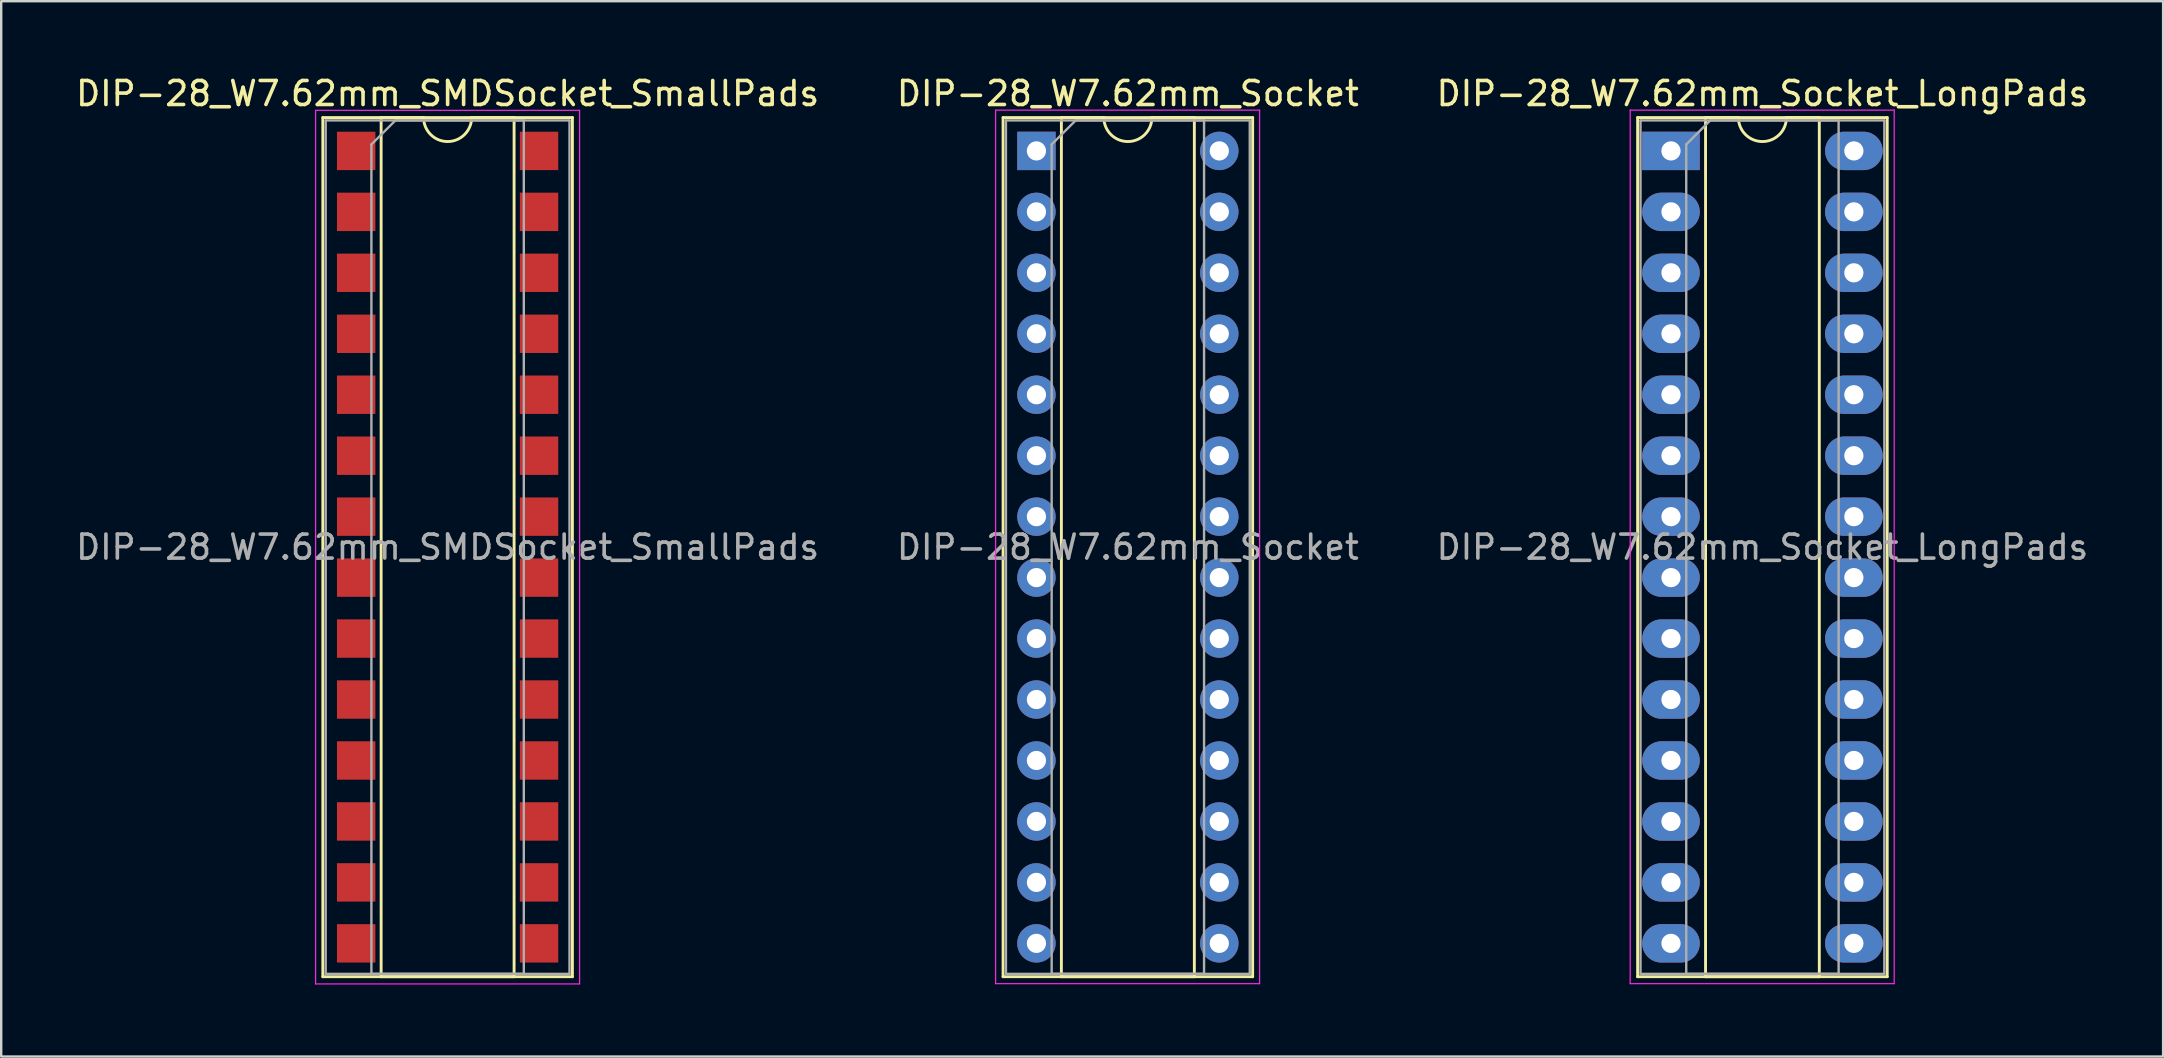
<source format=kicad_pcb>
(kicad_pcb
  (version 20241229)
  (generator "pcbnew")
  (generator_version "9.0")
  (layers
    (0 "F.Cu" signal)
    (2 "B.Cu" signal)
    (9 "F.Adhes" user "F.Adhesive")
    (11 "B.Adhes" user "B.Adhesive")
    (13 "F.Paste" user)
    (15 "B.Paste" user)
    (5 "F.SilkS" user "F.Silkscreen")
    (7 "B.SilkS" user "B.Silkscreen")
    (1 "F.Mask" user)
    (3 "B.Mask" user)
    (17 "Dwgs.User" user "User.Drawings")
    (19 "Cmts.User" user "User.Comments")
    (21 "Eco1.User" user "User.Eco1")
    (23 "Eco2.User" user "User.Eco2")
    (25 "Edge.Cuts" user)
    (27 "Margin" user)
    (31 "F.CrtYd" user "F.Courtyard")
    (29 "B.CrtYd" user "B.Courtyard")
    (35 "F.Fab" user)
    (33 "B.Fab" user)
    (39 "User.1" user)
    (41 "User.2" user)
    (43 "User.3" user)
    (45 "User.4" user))
  (footprint "DIP-28_W7.62mm_SMDSocket_SmallPads"
    (layer "F.Cu")
    (at 15.601 19.748)
    (property "Reference" "DIP-28_W7.62mm_SMDSocket_SmallPads" (at 0 -18.9 0) (layer "F.SilkS") (effects (font (size 1 1) (thickness 0.15))))
    (attr smd)
    (fp_line (start -5.2 -17.9) (end -5.2 17.9) (stroke (width 0.12) (type solid)) (layer "F.SilkS"))
    (fp_line (start -5.2 17.9) (end 5.2 17.9) (stroke (width 0.12) (type solid)) (layer "F.SilkS"))
    (fp_line (start -2.77 -17.9) (end -2.77 17.9) (stroke (width 0.12) (type solid)) (layer "F.SilkS"))
    (fp_line (start -2.77 17.9) (end 2.77 17.9) (stroke (width 0.12) (type solid)) (layer "F.SilkS"))
    (fp_line (start -1 -17.9) (end -2.77 -17.9) (stroke (width 0.12) (type solid)) (layer "F.SilkS"))
    (fp_line (start 2.77 -17.9) (end 1 -17.9) (stroke (width 0.12) (type solid)) (layer "F.SilkS"))
    (fp_line (start 2.77 17.9) (end 2.77 -17.9) (stroke (width 0.12) (type solid)) (layer "F.SilkS"))
    (fp_line (start 5.2 -17.9) (end -5.2 -17.9) (stroke (width 0.12) (type solid)) (layer "F.SilkS"))
    (fp_line (start 5.2 17.9) (end 5.2 -17.9) (stroke (width 0.12) (type solid)) (layer "F.SilkS"))
    (fp_arc (start 1 -17.9) (mid 0 -16.9) (end -1 -17.9) (stroke (width 0.12) (type solid)) (layer "F.SilkS"))
    (fp_line (start -5.5 -18.2) (end -5.5 18.2) (stroke (width 0.05) (type solid)) (layer "F.CrtYd"))
    (fp_line (start -5.5 18.2) (end 5.5 18.2) (stroke (width 0.05) (type solid)) (layer "F.CrtYd"))
    (fp_line (start 5.5 -18.2) (end -5.5 -18.2) (stroke (width 0.05) (type solid)) (layer "F.CrtYd"))
    (fp_line (start 5.5 18.2) (end 5.5 -18.2) (stroke (width 0.05) (type solid)) (layer "F.CrtYd"))
    (fp_line (start -5.08 -17.78) (end -5.08 17.78) (stroke (width 0.1) (type solid)) (layer "F.Fab"))
    (fp_line (start -5.08 17.78) (end 5.08 17.78) (stroke (width 0.1) (type solid)) (layer "F.Fab"))
    (fp_line (start -3.175 -16.78) (end -2.175 -17.78) (stroke (width 0.1) (type solid)) (layer "F.Fab"))
    (fp_line (start -3.175 17.78) (end -3.175 -16.78) (stroke (width 0.1) (type solid)) (layer "F.Fab"))
    (fp_line (start -2.175 -17.78) (end 3.175 -17.78) (stroke (width 0.1) (type solid)) (layer "F.Fab"))
    (fp_line (start 3.175 -17.78) (end 3.175 17.78) (stroke (width 0.1) (type solid)) (layer "F.Fab"))
    (fp_line (start 3.175 17.78) (end -3.175 17.78) (stroke (width 0.1) (type solid)) (layer "F.Fab"))
    (fp_line (start 5.08 -17.78) (end -5.08 -17.78) (stroke (width 0.1) (type solid)) (layer "F.Fab"))
    (fp_line (start 5.08 17.78) (end 5.08 -17.78) (stroke (width 0.1) (type solid)) (layer "F.Fab"))
    (fp_text user "${REFERENCE}" (at 0 0 0) (layer "F.Fab") (effects (font (size 1 1) (thickness 0.15))))
    (pad "1" smd rect (at -3.81 -16.51) (size 1.6 1.6) (layers "F.Cu" "F.Mask" "F.Paste"))
    (pad "2" smd rect (at -3.81 -13.97) (size 1.6 1.6) (layers "F.Cu" "F.Mask" "F.Paste"))
    (pad "3" smd rect (at -3.81 -11.43) (size 1.6 1.6) (layers "F.Cu" "F.Mask" "F.Paste"))
    (pad "4" smd rect (at -3.81 -8.89) (size 1.6 1.6) (layers "F.Cu" "F.Mask" "F.Paste"))
    (pad "5" smd rect (at -3.81 -6.35) (size 1.6 1.6) (layers "F.Cu" "F.Mask" "F.Paste"))
    (pad "6" smd rect (at -3.81 -3.81) (size 1.6 1.6) (layers "F.Cu" "F.Mask" "F.Paste"))
    (pad "7" smd rect (at -3.81 -1.27) (size 1.6 1.6) (layers "F.Cu" "F.Mask" "F.Paste"))
    (pad "8" smd rect (at -3.81 1.27) (size 1.6 1.6) (layers "F.Cu" "F.Mask" "F.Paste"))
    (pad "9" smd rect (at -3.81 3.81) (size 1.6 1.6) (layers "F.Cu" "F.Mask" "F.Paste"))
    (pad "10" smd rect (at -3.81 6.35) (size 1.6 1.6) (layers "F.Cu" "F.Mask" "F.Paste"))
    (pad "11" smd rect (at -3.81 8.89) (size 1.6 1.6) (layers "F.Cu" "F.Mask" "F.Paste"))
    (pad "12" smd rect (at -3.81 11.43) (size 1.6 1.6) (layers "F.Cu" "F.Mask" "F.Paste"))
    (pad "13" smd rect (at -3.81 13.97) (size 1.6 1.6) (layers "F.Cu" "F.Mask" "F.Paste"))
    (pad "14" smd rect (at -3.81 16.51) (size 1.6 1.6) (layers "F.Cu" "F.Mask" "F.Paste"))
    (pad "15" smd rect (at 3.81 16.51) (size 1.6 1.6) (layers "F.Cu" "F.Mask" "F.Paste"))
    (pad "16" smd rect (at 3.81 13.97) (size 1.6 1.6) (layers "F.Cu" "F.Mask" "F.Paste"))
    (pad "17" smd rect (at 3.81 11.43) (size 1.6 1.6) (layers "F.Cu" "F.Mask" "F.Paste"))
    (pad "18" smd rect (at 3.81 8.89) (size 1.6 1.6) (layers "F.Cu" "F.Mask" "F.Paste"))
    (pad "19" smd rect (at 3.81 6.35) (size 1.6 1.6) (layers "F.Cu" "F.Mask" "F.Paste"))
    (pad "20" smd rect (at 3.81 3.81) (size 1.6 1.6) (layers "F.Cu" "F.Mask" "F.Paste"))
    (pad "21" smd rect (at 3.81 1.27) (size 1.6 1.6) (layers "F.Cu" "F.Mask" "F.Paste"))
    (pad "22" smd rect (at 3.81 -1.27) (size 1.6 1.6) (layers "F.Cu" "F.Mask" "F.Paste"))
    (pad "23" smd rect (at 3.81 -3.81) (size 1.6 1.6) (layers "F.Cu" "F.Mask" "F.Paste"))
    (pad "24" smd rect (at 3.81 -6.35) (size 1.6 1.6) (layers "F.Cu" "F.Mask" "F.Paste"))
    (pad "25" smd rect (at 3.81 -8.89) (size 1.6 1.6) (layers "F.Cu" "F.Mask" "F.Paste"))
    (pad "26" smd rect (at 3.81 -11.43) (size 1.6 1.6) (layers "F.Cu" "F.Mask" "F.Paste"))
    (pad "27" smd rect (at 3.81 -13.97) (size 1.6 1.6) (layers "F.Cu" "F.Mask" "F.Paste"))
    (pad "28" smd rect (at 3.81 -16.51) (size 1.6 1.6) (layers "F.Cu" "F.Mask" "F.Paste")))
  (footprint "DIP-28_W7.62mm_Socket_LongPads"
    (layer "F.Cu")
    (at 66.577 3.238)
    (property "Reference" "DIP-28_W7.62mm_Socket_LongPads" (at 3.81 -2.39 0) (layer "F.SilkS") (effects (font (size 1 1) (thickness 0.15))))
    (attr through_hole)
    (fp_line (start -1.39 -1.39) (end -1.39 34.41) (stroke (width 0.12) (type solid)) (layer "F.SilkS"))
    (fp_line (start -1.39 34.41) (end 9.01 34.41) (stroke (width 0.12) (type solid)) (layer "F.SilkS"))
    (fp_line (start 1.44 -1.39) (end 1.44 34.41) (stroke (width 0.12) (type solid)) (layer "F.SilkS"))
    (fp_line (start 1.44 34.41) (end 6.18 34.41) (stroke (width 0.12) (type solid)) (layer "F.SilkS"))
    (fp_line (start 2.81 -1.39) (end 1.44 -1.39) (stroke (width 0.12) (type solid)) (layer "F.SilkS"))
    (fp_line (start 6.18 -1.39) (end 4.81 -1.39) (stroke (width 0.12) (type solid)) (layer "F.SilkS"))
    (fp_line (start 6.18 34.41) (end 6.18 -1.39) (stroke (width 0.12) (type solid)) (layer "F.SilkS"))
    (fp_line (start 9.01 -1.39) (end -1.39 -1.39) (stroke (width 0.12) (type solid)) (layer "F.SilkS"))
    (fp_line (start 9.01 34.41) (end 9.01 -1.39) (stroke (width 0.12) (type solid)) (layer "F.SilkS"))
    (fp_arc (start 4.81 -1.39) (mid 3.81 -0.39) (end 2.81 -1.39) (stroke (width 0.12) (type solid)) (layer "F.SilkS"))
    (fp_line (start -1.7 -1.7) (end -1.7 34.7) (stroke (width 0.05) (type solid)) (layer "F.CrtYd"))
    (fp_line (start -1.7 34.7) (end 9.3 34.7) (stroke (width 0.05) (type solid)) (layer "F.CrtYd"))
    (fp_line (start 9.3 -1.7) (end -1.7 -1.7) (stroke (width 0.05) (type solid)) (layer "F.CrtYd"))
    (fp_line (start 9.3 34.7) (end 9.3 -1.7) (stroke (width 0.05) (type solid)) (layer "F.CrtYd"))
    (fp_line (start -1.27 -1.27) (end -1.27 34.29) (stroke (width 0.1) (type solid)) (layer "F.Fab"))
    (fp_line (start -1.27 34.29) (end 8.89 34.29) (stroke (width 0.1) (type solid)) (layer "F.Fab"))
    (fp_line (start 0.635 -0.27) (end 1.635 -1.27) (stroke (width 0.1) (type solid)) (layer "F.Fab"))
    (fp_line (start 0.635 34.29) (end 0.635 -0.27) (stroke (width 0.1) (type solid)) (layer "F.Fab"))
    (fp_line (start 1.635 -1.27) (end 6.985 -1.27) (stroke (width 0.1) (type solid)) (layer "F.Fab"))
    (fp_line (start 6.985 -1.27) (end 6.985 34.29) (stroke (width 0.1) (type solid)) (layer "F.Fab"))
    (fp_line (start 6.985 34.29) (end 0.635 34.29) (stroke (width 0.1) (type solid)) (layer "F.Fab"))
    (fp_line (start 8.89 -1.27) (end -1.27 -1.27) (stroke (width 0.1) (type solid)) (layer "F.Fab"))
    (fp_line (start 8.89 34.29) (end 8.89 -1.27) (stroke (width 0.1) (type solid)) (layer "F.Fab"))
    (fp_text user "${REFERENCE}" (at 3.81 16.51 0) (layer "F.Fab") (effects (font (size 1 1) (thickness 0.15))))
    (pad "1" thru_hole rect (at 0 0) (size 2.4 1.6) (drill 0.8) (layers "*.Cu" "*.Mask"))
    (pad "2" thru_hole oval (at 0 2.54) (size 2.4 1.6) (drill 0.8) (layers "*.Cu" "*.Mask"))
    (pad "3" thru_hole oval (at 0 5.08) (size 2.4 1.6) (drill 0.8) (layers "*.Cu" "*.Mask"))
    (pad "4" thru_hole oval (at 0 7.62) (size 2.4 1.6) (drill 0.8) (layers "*.Cu" "*.Mask"))
    (pad "5" thru_hole oval (at 0 10.16) (size 2.4 1.6) (drill 0.8) (layers "*.Cu" "*.Mask"))
    (pad "6" thru_hole oval (at 0 12.7) (size 2.4 1.6) (drill 0.8) (layers "*.Cu" "*.Mask"))
    (pad "7" thru_hole oval (at 0 15.24) (size 2.4 1.6) (drill 0.8) (layers "*.Cu" "*.Mask"))
    (pad "8" thru_hole oval (at 0 17.78) (size 2.4 1.6) (drill 0.8) (layers "*.Cu" "*.Mask"))
    (pad "9" thru_hole oval (at 0 20.32) (size 2.4 1.6) (drill 0.8) (layers "*.Cu" "*.Mask"))
    (pad "10" thru_hole oval (at 0 22.86) (size 2.4 1.6) (drill 0.8) (layers "*.Cu" "*.Mask"))
    (pad "11" thru_hole oval (at 0 25.4) (size 2.4 1.6) (drill 0.8) (layers "*.Cu" "*.Mask"))
    (pad "12" thru_hole oval (at 0 27.94) (size 2.4 1.6) (drill 0.8) (layers "*.Cu" "*.Mask"))
    (pad "13" thru_hole oval (at 0 30.48) (size 2.4 1.6) (drill 0.8) (layers "*.Cu" "*.Mask"))
    (pad "14" thru_hole oval (at 0 33.02) (size 2.4 1.6) (drill 0.8) (layers "*.Cu" "*.Mask"))
    (pad "15" thru_hole oval (at 7.62 33.02) (size 2.4 1.6) (drill 0.8) (layers "*.Cu" "*.Mask"))
    (pad "16" thru_hole oval (at 7.62 30.48) (size 2.4 1.6) (drill 0.8) (layers "*.Cu" "*.Mask"))
    (pad "17" thru_hole oval (at 7.62 27.94) (size 2.4 1.6) (drill 0.8) (layers "*.Cu" "*.Mask"))
    (pad "18" thru_hole oval (at 7.62 25.4) (size 2.4 1.6) (drill 0.8) (layers "*.Cu" "*.Mask"))
    (pad "19" thru_hole oval (at 7.62 22.86) (size 2.4 1.6) (drill 0.8) (layers "*.Cu" "*.Mask"))
    (pad "20" thru_hole oval (at 7.62 20.32) (size 2.4 1.6) (drill 0.8) (layers "*.Cu" "*.Mask"))
    (pad "21" thru_hole oval (at 7.62 17.78) (size 2.4 1.6) (drill 0.8) (layers "*.Cu" "*.Mask"))
    (pad "22" thru_hole oval (at 7.62 15.24) (size 2.4 1.6) (drill 0.8) (layers "*.Cu" "*.Mask"))
    (pad "23" thru_hole oval (at 7.62 12.7) (size 2.4 1.6) (drill 0.8) (layers "*.Cu" "*.Mask"))
    (pad "24" thru_hole oval (at 7.62 10.16) (size 2.4 1.6) (drill 0.8) (layers "*.Cu" "*.Mask"))
    (pad "25" thru_hole oval (at 7.62 7.62) (size 2.4 1.6) (drill 0.8) (layers "*.Cu" "*.Mask"))
    (pad "26" thru_hole oval (at 7.62 5.08) (size 2.4 1.6) (drill 0.8) (layers "*.Cu" "*.Mask"))
    (pad "27" thru_hole oval (at 7.62 2.54) (size 2.4 1.6) (drill 0.8) (layers "*.Cu" "*.Mask"))
    (pad "28" thru_hole oval (at 7.62 0) (size 2.4 1.6) (drill 0.8) (layers "*.Cu" "*.Mask")))
  (footprint "DIP-28_W7.62mm_Socket"
    (layer "F.Cu")
    (at 40.136 3.238)
    (property "Reference" "DIP-28_W7.62mm_Socket" (at 3.81 -2.39 0) (layer "F.SilkS") (effects (font (size 1 1) (thickness 0.15))))
    (attr through_hole)
    (fp_line (start -1.39 -1.39) (end -1.39 34.41) (stroke (width 0.12) (type solid)) (layer "F.SilkS"))
    (fp_line (start -1.39 34.41) (end 9.01 34.41) (stroke (width 0.12) (type solid)) (layer "F.SilkS"))
    (fp_line (start 1.04 -1.39) (end 1.04 34.41) (stroke (width 0.12) (type solid)) (layer "F.SilkS"))
    (fp_line (start 1.04 34.41) (end 6.58 34.41) (stroke (width 0.12) (type solid)) (layer "F.SilkS"))
    (fp_line (start 2.81 -1.39) (end 1.04 -1.39) (stroke (width 0.12) (type solid)) (layer "F.SilkS"))
    (fp_line (start 6.58 -1.39) (end 4.81 -1.39) (stroke (width 0.12) (type solid)) (layer "F.SilkS"))
    (fp_line (start 6.58 34.41) (end 6.58 -1.39) (stroke (width 0.12) (type solid)) (layer "F.SilkS"))
    (fp_line (start 9.01 -1.39) (end -1.39 -1.39) (stroke (width 0.12) (type solid)) (layer "F.SilkS"))
    (fp_line (start 9.01 34.41) (end 9.01 -1.39) (stroke (width 0.12) (type solid)) (layer "F.SilkS"))
    (fp_arc (start 4.81 -1.39) (mid 3.81 -0.39) (end 2.81 -1.39) (stroke (width 0.12) (type solid)) (layer "F.SilkS"))
    (fp_line (start -1.7 -1.7) (end -1.7 34.7) (stroke (width 0.05) (type solid)) (layer "F.CrtYd"))
    (fp_line (start -1.7 34.7) (end 9.3 34.7) (stroke (width 0.05) (type solid)) (layer "F.CrtYd"))
    (fp_line (start 9.3 -1.7) (end -1.7 -1.7) (stroke (width 0.05) (type solid)) (layer "F.CrtYd"))
    (fp_line (start 9.3 34.7) (end 9.3 -1.7) (stroke (width 0.05) (type solid)) (layer "F.CrtYd"))
    (fp_line (start -1.27 -1.27) (end -1.27 34.29) (stroke (width 0.1) (type solid)) (layer "F.Fab"))
    (fp_line (start -1.27 34.29) (end 8.89 34.29) (stroke (width 0.1) (type solid)) (layer "F.Fab"))
    (fp_line (start 0.635 -0.27) (end 1.635 -1.27) (stroke (width 0.1) (type solid)) (layer "F.Fab"))
    (fp_line (start 0.635 34.29) (end 0.635 -0.27) (stroke (width 0.1) (type solid)) (layer "F.Fab"))
    (fp_line (start 1.635 -1.27) (end 6.985 -1.27) (stroke (width 0.1) (type solid)) (layer "F.Fab"))
    (fp_line (start 6.985 -1.27) (end 6.985 34.29) (stroke (width 0.1) (type solid)) (layer "F.Fab"))
    (fp_line (start 6.985 34.29) (end 0.635 34.29) (stroke (width 0.1) (type solid)) (layer "F.Fab"))
    (fp_line (start 8.89 -1.27) (end -1.27 -1.27) (stroke (width 0.1) (type solid)) (layer "F.Fab"))
    (fp_line (start 8.89 34.29) (end 8.89 -1.27) (stroke (width 0.1) (type solid)) (layer "F.Fab"))
    (fp_text user "${REFERENCE}" (at 3.81 16.51 0) (layer "F.Fab") (effects (font (size 1 1) (thickness 0.15))))
    (pad "1" thru_hole rect (at 0 0) (size 1.6 1.6) (drill 0.8) (layers "*.Cu" "*.Mask"))
    (pad "2" thru_hole oval (at 0 2.54) (size 1.6 1.6) (drill 0.8) (layers "*.Cu" "*.Mask"))
    (pad "3" thru_hole oval (at 0 5.08) (size 1.6 1.6) (drill 0.8) (layers "*.Cu" "*.Mask"))
    (pad "4" thru_hole oval (at 0 7.62) (size 1.6 1.6) (drill 0.8) (layers "*.Cu" "*.Mask"))
    (pad "5" thru_hole oval (at 0 10.16) (size 1.6 1.6) (drill 0.8) (layers "*.Cu" "*.Mask"))
    (pad "6" thru_hole oval (at 0 12.7) (size 1.6 1.6) (drill 0.8) (layers "*.Cu" "*.Mask"))
    (pad "7" thru_hole oval (at 0 15.24) (size 1.6 1.6) (drill 0.8) (layers "*.Cu" "*.Mask"))
    (pad "8" thru_hole oval (at 0 17.78) (size 1.6 1.6) (drill 0.8) (layers "*.Cu" "*.Mask"))
    (pad "9" thru_hole oval (at 0 20.32) (size 1.6 1.6) (drill 0.8) (layers "*.Cu" "*.Mask"))
    (pad "10" thru_hole oval (at 0 22.86) (size 1.6 1.6) (drill 0.8) (layers "*.Cu" "*.Mask"))
    (pad "11" thru_hole oval (at 0 25.4) (size 1.6 1.6) (drill 0.8) (layers "*.Cu" "*.Mask"))
    (pad "12" thru_hole oval (at 0 27.94) (size 1.6 1.6) (drill 0.8) (layers "*.Cu" "*.Mask"))
    (pad "13" thru_hole oval (at 0 30.48) (size 1.6 1.6) (drill 0.8) (layers "*.Cu" "*.Mask"))
    (pad "14" thru_hole oval (at 0 33.02) (size 1.6 1.6) (drill 0.8) (layers "*.Cu" "*.Mask"))
    (pad "15" thru_hole oval (at 7.62 33.02) (size 1.6 1.6) (drill 0.8) (layers "*.Cu" "*.Mask"))
    (pad "16" thru_hole oval (at 7.62 30.48) (size 1.6 1.6) (drill 0.8) (layers "*.Cu" "*.Mask"))
    (pad "17" thru_hole oval (at 7.62 27.94) (size 1.6 1.6) (drill 0.8) (layers "*.Cu" "*.Mask"))
    (pad "18" thru_hole oval (at 7.62 25.4) (size 1.6 1.6) (drill 0.8) (layers "*.Cu" "*.Mask"))
    (pad "19" thru_hole oval (at 7.62 22.86) (size 1.6 1.6) (drill 0.8) (layers "*.Cu" "*.Mask"))
    (pad "20" thru_hole oval (at 7.62 20.32) (size 1.6 1.6) (drill 0.8) (layers "*.Cu" "*.Mask"))
    (pad "21" thru_hole oval (at 7.62 17.78) (size 1.6 1.6) (drill 0.8) (layers "*.Cu" "*.Mask"))
    (pad "22" thru_hole oval (at 7.62 15.24) (size 1.6 1.6) (drill 0.8) (layers "*.Cu" "*.Mask"))
    (pad "23" thru_hole oval (at 7.62 12.7) (size 1.6 1.6) (drill 0.8) (layers "*.Cu" "*.Mask"))
    (pad "24" thru_hole oval (at 7.62 10.16) (size 1.6 1.6) (drill 0.8) (layers "*.Cu" "*.Mask"))
    (pad "25" thru_hole oval (at 7.62 7.62) (size 1.6 1.6) (drill 0.8) (layers "*.Cu" "*.Mask"))
    (pad "26" thru_hole oval (at 7.62 5.08) (size 1.6 1.6) (drill 0.8) (layers "*.Cu" "*.Mask"))
    (pad "27" thru_hole oval (at 7.62 2.54) (size 1.6 1.6) (drill 0.8) (layers "*.Cu" "*.Mask"))
    (pad "28" thru_hole oval (at 7.62 0) (size 1.6 1.6) (drill 0.8) (layers "*.Cu" "*.Mask")))
  (gr_rect
    (start -3 -3)
    (end 87.083 40.973)
    (stroke (width 0.1) (type default))
    (fill no)
    (layer "Edge.Cuts")))
</source>
